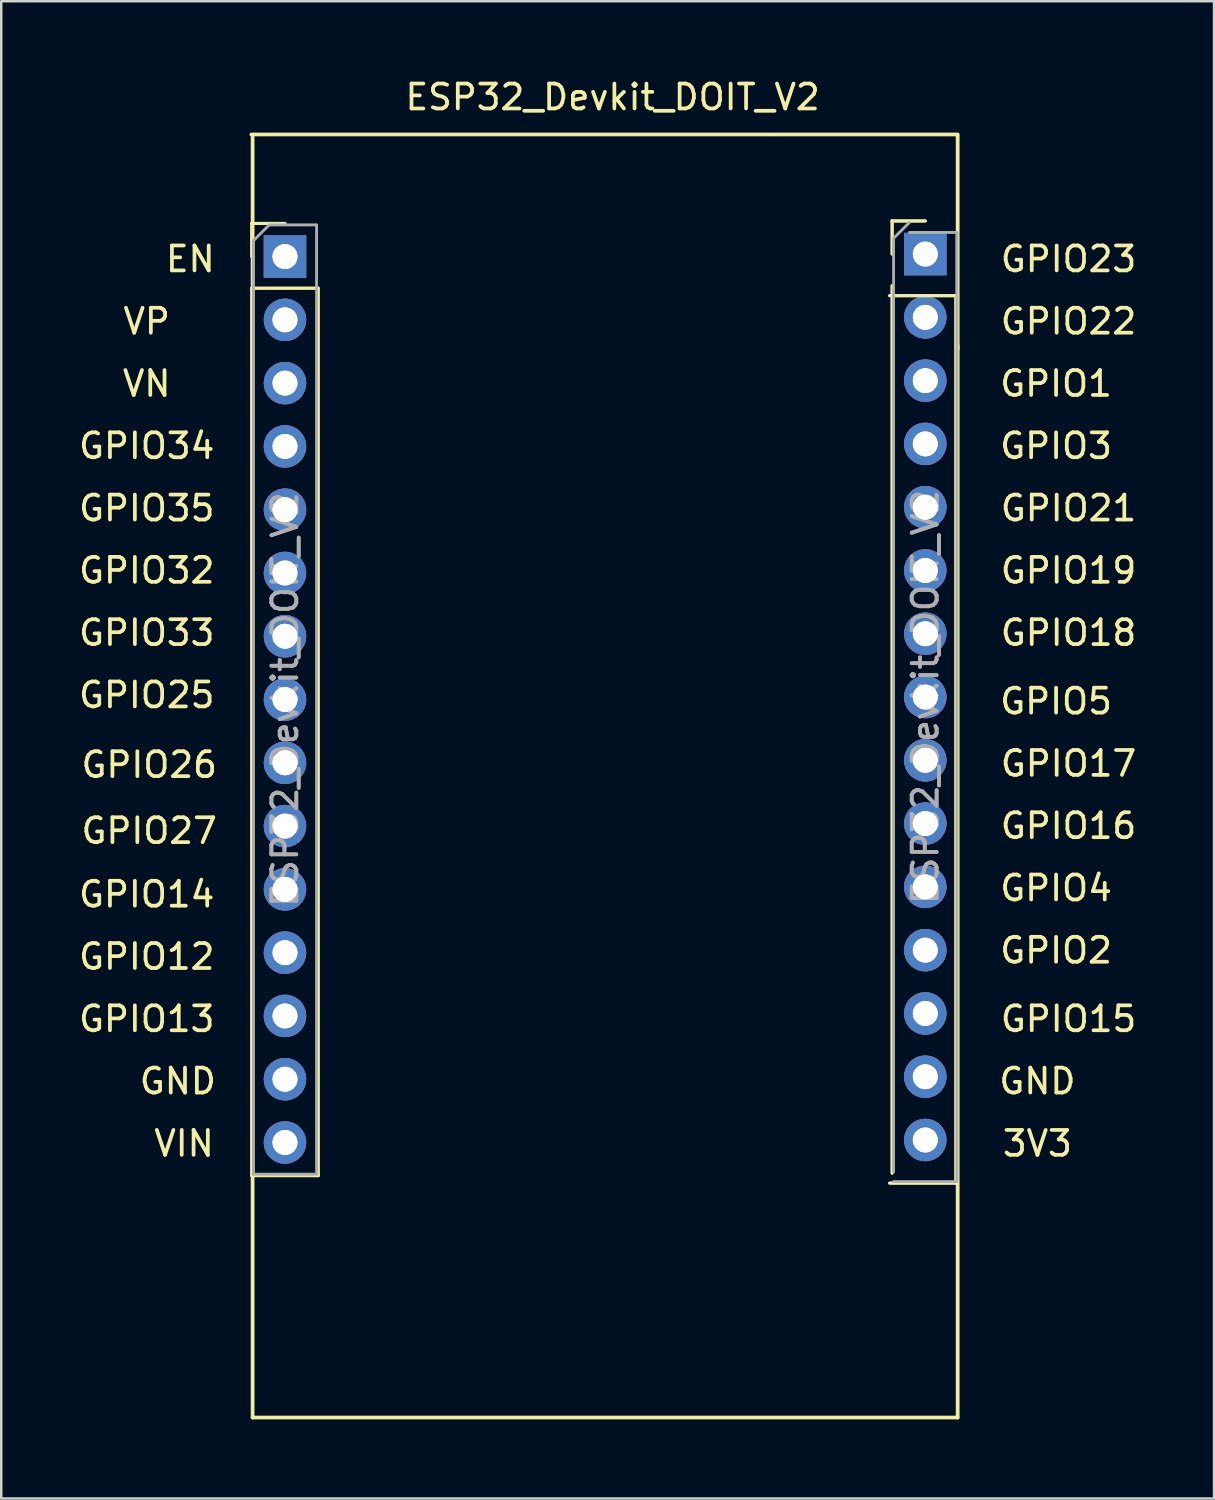
<source format=kicad_pcb>
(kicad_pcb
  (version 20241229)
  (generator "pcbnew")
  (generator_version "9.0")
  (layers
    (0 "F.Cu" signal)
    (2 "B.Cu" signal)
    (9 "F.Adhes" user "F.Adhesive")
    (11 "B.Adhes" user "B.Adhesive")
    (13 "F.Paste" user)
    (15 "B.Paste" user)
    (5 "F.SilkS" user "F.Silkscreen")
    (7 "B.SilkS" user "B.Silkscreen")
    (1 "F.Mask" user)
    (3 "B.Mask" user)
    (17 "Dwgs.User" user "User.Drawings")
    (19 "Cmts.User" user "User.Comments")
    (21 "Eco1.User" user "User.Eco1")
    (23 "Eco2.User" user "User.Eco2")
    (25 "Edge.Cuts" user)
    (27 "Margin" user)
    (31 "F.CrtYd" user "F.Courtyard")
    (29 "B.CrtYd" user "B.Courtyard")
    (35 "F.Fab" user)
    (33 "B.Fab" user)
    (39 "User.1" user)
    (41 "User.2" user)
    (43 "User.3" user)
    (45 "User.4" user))
  (footprint "ESP32_Devkit_DOIT_V2"
    (layer "F.Cu")
    (at 7.089 53.848)
    (property "Reference" "ESP32_Devkit_DOIT_V2" (at 14.45 -53 0) (layer "F.SilkS") (effects (font (size 1 1) (thickness 0.15))))
    (attr through_hole)
    (fp_line (start -0.03 -47.93) (end 1.3 -47.93) (stroke (width 0.12) (type solid)) (layer "F.SilkS"))
    (fp_line (start -0.03 -47.93) (end 1.3 -47.93) (stroke (width 0.12) (type solid)) (layer "F.SilkS"))
    (fp_line (start -0.03 -46.6) (end -0.03 -47.93) (stroke (width 0.12) (type solid)) (layer "F.SilkS"))
    (fp_line (start -0.03 -46.6) (end -0.03 -47.93) (stroke (width 0.12) (type solid)) (layer "F.SilkS"))
    (fp_line (start -0.03 -45.33) (end -0.03 -9.71) (stroke (width 0.12) (type solid)) (layer "F.SilkS"))
    (fp_line (start -0.03 -45.33) (end -0.03 -9.71) (stroke (width 0.12) (type solid)) (layer "F.SilkS"))
    (fp_line (start -0.03 -45.33) (end 2.63 -45.33) (stroke (width 0.12) (type solid)) (layer "F.SilkS"))
    (fp_line (start -0.03 -45.33) (end 2.63 -45.33) (stroke (width 0.12) (type solid)) (layer "F.SilkS"))
    (fp_line (start -0.03 -9.71) (end 2.63 -9.71) (stroke (width 0.12) (type solid)) (layer "F.SilkS"))
    (fp_line (start -0.03 -9.71) (end 2.63 -9.71) (stroke (width 0.12) (type solid)) (layer "F.SilkS"))
    (fp_line (start 0 -51.4) (end 0 0) (stroke (width 0.15) (type solid)) (layer "F.SilkS"))
    (fp_line (start 0 0) (end 28.3 0) (stroke (width 0.15) (type solid)) (layer "F.SilkS"))
    (fp_line (start 2.63 -45.33) (end 2.63 -9.71) (stroke (width 0.12) (type solid)) (layer "F.SilkS"))
    (fp_line (start 2.63 -45.33) (end 2.63 -9.71) (stroke (width 0.12) (type solid)) (layer "F.SilkS"))
    (fp_line (start 25.57 -45.03) (end 28.23 -45.03) (stroke (width 0.12) (type solid)) (layer "F.SilkS"))
    (fp_line (start 25.57 -45.03) (end 28.23 -45.03) (stroke (width 0.12) (type solid)) (layer "F.SilkS"))
    (fp_line (start 25.57 -9.41) (end 28.23 -9.41) (stroke (width 0.12) (type solid)) (layer "F.SilkS"))
    (fp_line (start 25.57 -9.41) (end 28.23 -9.41) (stroke (width 0.12) (type solid)) (layer "F.SilkS"))
    (fp_line (start 25.67 -48.03) (end 27 -48.03) (stroke (width 0.12) (type solid)) (layer "F.SilkS"))
    (fp_line (start 25.67 -48.03) (end 27 -48.03) (stroke (width 0.12) (type solid)) (layer "F.SilkS"))
    (fp_line (start 25.67 -46.7) (end 25.67 -48.03) (stroke (width 0.12) (type solid)) (layer "F.SilkS"))
    (fp_line (start 25.67 -46.7) (end 25.67 -48.03) (stroke (width 0.12) (type solid)) (layer "F.SilkS"))
    (fp_line (start 25.67 -45.43) (end 25.67 -9.81) (stroke (width 0.12) (type solid)) (layer "F.SilkS"))
    (fp_line (start 25.67 -45.43) (end 25.67 -9.81) (stroke (width 0.12) (type solid)) (layer "F.SilkS"))
    (fp_line (start 28.23 -45.03) (end 28.23 -9.41) (stroke (width 0.12) (type solid)) (layer "F.SilkS"))
    (fp_line (start 28.23 -45.03) (end 28.23 -9.41) (stroke (width 0.12) (type solid)) (layer "F.SilkS"))
    (fp_line (start 28.3 -51.5) (end -0.05 -51.5) (stroke (width 0.15) (type solid)) (layer "F.SilkS"))
    (fp_line (start 28.3 -42.9) (end 28.3 -51.45) (stroke (width 0.15) (type solid)) (layer "F.SilkS"))
    (fp_line (start 28.3 0) (end 28.3 -43) (stroke (width 0.15) (type solid)) (layer "F.SilkS"))
    (fp_line (start 0.03 -47.235) (end 0.665 -47.87) (stroke (width 0.1) (type solid)) (layer "F.Fab"))
    (fp_line (start 0.03 -47.235) (end 0.665 -47.87) (stroke (width 0.1) (type solid)) (layer "F.Fab"))
    (fp_line (start 0.03 -9.77) (end 0.03 -47.235) (stroke (width 0.1) (type solid)) (layer "F.Fab"))
    (fp_line (start 0.03 -9.77) (end 0.03 -47.235) (stroke (width 0.1) (type solid)) (layer "F.Fab"))
    (fp_line (start 0.665 -47.87) (end 2.57 -47.87) (stroke (width 0.1) (type solid)) (layer "F.Fab"))
    (fp_line (start 0.665 -47.87) (end 2.57 -47.87) (stroke (width 0.1) (type solid)) (layer "F.Fab"))
    (fp_line (start 2.57 -47.87) (end 2.57 -9.77) (stroke (width 0.1) (type solid)) (layer "F.Fab"))
    (fp_line (start 2.57 -47.87) (end 2.57 -9.77) (stroke (width 0.1) (type solid)) (layer "F.Fab"))
    (fp_line (start 2.57 -9.77) (end 0.03 -9.77) (stroke (width 0.1) (type solid)) (layer "F.Fab"))
    (fp_line (start 2.57 -9.77) (end 0.03 -9.77) (stroke (width 0.1) (type solid)) (layer "F.Fab"))
    (fp_line (start 25.73 -47.335) (end 26.365 -47.97) (stroke (width 0.1) (type solid)) (layer "F.Fab"))
    (fp_line (start 25.73 -47.335) (end 26.365 -47.97) (stroke (width 0.1) (type solid)) (layer "F.Fab"))
    (fp_line (start 25.73 -9.87) (end 25.73 -47.335) (stroke (width 0.1) (type solid)) (layer "F.Fab"))
    (fp_line (start 25.73 -9.87) (end 25.73 -47.335) (stroke (width 0.1) (type solid)) (layer "F.Fab"))
    (fp_line (start 26.365 -47.57) (end 28.27 -47.57) (stroke (width 0.1) (type solid)) (layer "F.Fab"))
    (fp_line (start 26.365 -47.57) (end 28.27 -47.57) (stroke (width 0.1) (type solid)) (layer "F.Fab"))
    (fp_line (start 28.27 -47.57) (end 28.27 -9.47) (stroke (width 0.1) (type solid)) (layer "F.Fab"))
    (fp_line (start 28.27 -47.57) (end 28.27 -9.47) (stroke (width 0.1) (type solid)) (layer "F.Fab"))
    (fp_line (start 28.27 -9.47) (end 25.73 -9.47) (stroke (width 0.1) (type solid)) (layer "F.Fab"))
    (fp_line (start 28.27 -9.47) (end 25.73 -9.47) (stroke (width 0.1) (type solid)) (layer "F.Fab"))
    (fp_text user "VP" (at -4.25 -44 0) (layer "F.SilkS") (effects (font (size 1 1) (thickness 0.15))))
    (fp_text user "GPIO25" (at -4.25 -29 0) (layer "F.SilkS") (effects (font (size 1 1) (thickness 0.15))))
    (fp_text user "GPIO13" (at -4.25 -16 0) (layer "F.SilkS") (effects (font (size 1 1) (thickness 0.15))))
    (fp_text user "GPIO3" (at 32.25 -39 0) (layer "F.SilkS") (effects (font (size 1 1) (thickness 0.15))))
    (fp_text user "GPIO2" (at 32.25 -18.75 0) (layer "F.SilkS") (effects (font (size 1 1) (thickness 0.15))))
    (fp_text user "GPIO27" (at -4.15 -23.55 0) (layer "F.SilkS") (effects (font (size 1 1) (thickness 0.15))))
    (fp_text user "3V3" (at 31.5 -11 0) (layer "F.SilkS") (effects (font (size 1 1) (thickness 0.15))))
    (fp_text user "GPIO19" (at 32.75 -34 0) (layer "F.SilkS") (effects (font (size 1 1) (thickness 0.15))))
    (fp_text user "GPIO23" (at 32.75 -46.5 0) (layer "F.SilkS") (effects (font (size 1 1) (thickness 0.15))))
    (fp_text user "GND" (at 31.5 -13.5 0) (layer "F.SilkS") (effects (font (size 1 1) (thickness 0.15))))
    (fp_text user "GPIO33" (at -4.25 -31.5 0) (layer "F.SilkS") (effects (font (size 1 1) (thickness 0.15))))
    (fp_text user "GND" (at -3 -13.5 0) (layer "F.SilkS") (effects (font (size 1 1) (thickness 0.15))))
    (fp_text user "GPIO34" (at -4.25 -39 0) (layer "F.SilkS") (effects (font (size 1 1) (thickness 0.15))))
    (fp_text user "GPIO18" (at 32.75 -31.5 0) (layer "F.SilkS") (effects (font (size 1 1) (thickness 0.15))))
    (fp_text user "GPIO32" (at -4.25 -34 0) (layer "F.SilkS") (effects (font (size 1 1) (thickness 0.15))))
    (fp_text user "GPIO1" (at 32.25 -41.5 0) (layer "F.SilkS") (effects (font (size 1 1) (thickness 0.15))))
    (fp_text user "VIN" (at -2.75 -11 0) (layer "F.SilkS") (effects (font (size 1 1) (thickness 0.15))))
    (fp_text user "GPIO4" (at 32.25 -21.25 0) (layer "F.SilkS") (effects (font (size 1 1) (thickness 0.15))))
    (fp_text user "GPIO22" (at 32.75 -44 0) (layer "F.SilkS") (effects (font (size 1 1) (thickness 0.15))))
    (fp_text user "GPIO17" (at 32.75 -26.25 0) (layer "F.SilkS") (effects (font (size 1 1) (thickness 0.15))))
    (fp_text user "VN" (at -4.25 -41.5 0) (layer "F.SilkS") (effects (font (size 1 1) (thickness 0.15))))
    (fp_text user "GPIO14" (at -4.25 -21 0) (layer "F.SilkS") (effects (font (size 1 1) (thickness 0.15))))
    (fp_text user "GPIO21" (at 32.75 -36.5 0) (layer "F.SilkS") (effects (font (size 1 1) (thickness 0.15))))
    (fp_text user "GPIO26" (at -4.15 -26.2 0) (layer "F.SilkS") (effects (font (size 1 1) (thickness 0.15))))
    (fp_text user "GPIO12" (at -4.25 -18.5 0) (layer "F.SilkS") (effects (font (size 1 1) (thickness 0.15))))
    (fp_text user "GPIO35" (at -4.25 -36.5 0) (layer "F.SilkS") (effects (font (size 1 1) (thickness 0.15))))
    (fp_text user "GPIO5" (at 32.25 -28.75 0) (layer "F.SilkS") (effects (font (size 1 1) (thickness 0.15))))
    (fp_text user "GPIO15" (at 32.75 -16 0) (layer "F.SilkS") (effects (font (size 1 1) (thickness 0.15))))
    (fp_text user "GPIO16" (at 32.75 -23.75 0) (layer "F.SilkS") (effects (font (size 1 1) (thickness 0.15))))
    (fp_text user "EN" (at -2.5 -46.5 0) (layer "F.SilkS") (effects (font (size 1 1) (thickness 0.15))))
    (fp_text user "${REFERENCE}" (at 27 -28.92 90) (layer "F.Fab") (effects (font (size 1 1) (thickness 0.15))))
    (fp_text user "${REFERENCE}" (at 1.3 -28.82 90) (layer "F.Fab") (effects (font (size 1 1) (thickness 0.15))))
    (fp_text user "${REFERENCE}" (at 27 -28.92 90) (layer "F.Fab") (effects (font (size 1 1) (thickness 0.15))))
    (fp_text user "${REFERENCE}" (at 1.3 -28.82 90) (layer "F.Fab") (effects (font (size 1 1) (thickness 0.15))))
    (pad "1" thru_hole rect (at 1.3 -46.6) (size 1.7 1.7) (drill 1) (layers "*.Cu" "*.Mask"))
    (pad "1" thru_hole rect (at 1.3 -46.6) (size 1.7 1.7) (drill 1) (layers "*.Cu" "*.Mask"))
    (pad "2" thru_hole oval (at 1.3 -44.06) (size 1.7 1.7) (drill 1) (layers "*.Cu" "*.Mask"))
    (pad "2" thru_hole oval (at 1.3 -44.06) (size 1.7 1.7) (drill 1) (layers "*.Cu" "*.Mask"))
    (pad "3" thru_hole oval (at 1.3 -41.52) (size 1.7 1.7) (drill 1) (layers "*.Cu" "*.Mask"))
    (pad "3" thru_hole oval (at 1.3 -41.52) (size 1.7 1.7) (drill 1) (layers "*.Cu" "*.Mask"))
    (pad "4" thru_hole oval (at 1.3 -38.98) (size 1.7 1.7) (drill 1) (layers "*.Cu" "*.Mask"))
    (pad "4" thru_hole oval (at 1.3 -38.98) (size 1.7 1.7) (drill 1) (layers "*.Cu" "*.Mask"))
    (pad "5" thru_hole oval (at 1.3 -36.44) (size 1.7 1.7) (drill 1) (layers "*.Cu" "*.Mask"))
    (pad "5" thru_hole oval (at 1.3 -36.44) (size 1.7 1.7) (drill 1) (layers "*.Cu" "*.Mask"))
    (pad "6" thru_hole oval (at 1.3 -33.9) (size 1.7 1.7) (drill 1) (layers "*.Cu" "*.Mask"))
    (pad "6" thru_hole oval (at 1.3 -33.9) (size 1.7 1.7) (drill 1) (layers "*.Cu" "*.Mask"))
    (pad "7" thru_hole oval (at 1.3 -31.36) (size 1.7 1.7) (drill 1) (layers "*.Cu" "*.Mask"))
    (pad "7" thru_hole oval (at 1.3 -31.36) (size 1.7 1.7) (drill 1) (layers "*.Cu" "*.Mask"))
    (pad "8" thru_hole oval (at 1.3 -28.82) (size 1.7 1.7) (drill 1) (layers "*.Cu" "*.Mask"))
    (pad "8" thru_hole oval (at 1.3 -28.82) (size 1.7 1.7) (drill 1) (layers "*.Cu" "*.Mask"))
    (pad "9" thru_hole oval (at 1.3 -26.28) (size 1.7 1.7) (drill 1) (layers "*.Cu" "*.Mask"))
    (pad "9" thru_hole oval (at 1.3 -26.28) (size 1.7 1.7) (drill 1) (layers "*.Cu" "*.Mask"))
    (pad "10" thru_hole oval (at 1.3 -23.74) (size 1.7 1.7) (drill 1) (layers "*.Cu" "*.Mask"))
    (pad "10" thru_hole oval (at 1.3 -23.74) (size 1.7 1.7) (drill 1) (layers "*.Cu" "*.Mask"))
    (pad "11" thru_hole oval (at 1.3 -21.2) (size 1.7 1.7) (drill 1) (layers "*.Cu" "*.Mask"))
    (pad "11" thru_hole oval (at 1.3 -21.2) (size 1.7 1.7) (drill 1) (layers "*.Cu" "*.Mask"))
    (pad "12" thru_hole oval (at 1.3 -18.66) (size 1.7 1.7) (drill 1) (layers "*.Cu" "*.Mask"))
    (pad "12" thru_hole oval (at 1.3 -18.66) (size 1.7 1.7) (drill 1) (layers "*.Cu" "*.Mask"))
    (pad "13" thru_hole oval (at 1.3 -16.12) (size 1.7 1.7) (drill 1) (layers "*.Cu" "*.Mask"))
    (pad "13" thru_hole oval (at 1.3 -16.12) (size 1.7 1.7) (drill 1) (layers "*.Cu" "*.Mask"))
    (pad "14" thru_hole oval (at 1.3 -13.58) (size 1.7 1.7) (drill 1) (layers "*.Cu" "*.Mask"))
    (pad "14" thru_hole oval (at 1.3 -13.58) (size 1.7 1.7) (drill 1) (layers "*.Cu" "*.Mask"))
    (pad "15" thru_hole oval (at 1.3 -11.04) (size 1.7 1.7) (drill 1) (layers "*.Cu" "*.Mask"))
    (pad "15" thru_hole oval (at 1.3 -11.04) (size 1.7 1.7) (drill 1) (layers "*.Cu" "*.Mask"))
    (pad "16" thru_hole oval (at 27 -11.14) (size 1.7 1.7) (drill 1) (layers "*.Cu" "*.Mask"))
    (pad "16" thru_hole oval (at 27 -11.14) (size 1.7 1.7) (drill 1) (layers "*.Cu" "*.Mask"))
    (pad "17" thru_hole oval (at 27 -13.68) (size 1.7 1.7) (drill 1) (layers "*.Cu" "*.Mask"))
    (pad "17" thru_hole oval (at 27 -13.68) (size 1.7 1.7) (drill 1) (layers "*.Cu" "*.Mask"))
    (pad "18" thru_hole oval (at 27 -16.22) (size 1.7 1.7) (drill 1) (layers "*.Cu" "*.Mask"))
    (pad "18" thru_hole oval (at 27 -16.22) (size 1.7 1.7) (drill 1) (layers "*.Cu" "*.Mask"))
    (pad "19" thru_hole oval (at 27 -18.76) (size 1.7 1.7) (drill 1) (layers "*.Cu" "*.Mask"))
    (pad "19" thru_hole oval (at 27 -18.76) (size 1.7 1.7) (drill 1) (layers "*.Cu" "*.Mask"))
    (pad "20" thru_hole oval (at 27 -21.3) (size 1.7 1.7) (drill 1) (layers "*.Cu" "*.Mask"))
    (pad "20" thru_hole oval (at 27 -21.3) (size 1.7 1.7) (drill 1) (layers "*.Cu" "*.Mask"))
    (pad "21" thru_hole oval (at 27 -23.84) (size 1.7 1.7) (drill 1) (layers "*.Cu" "*.Mask"))
    (pad "21" thru_hole oval (at 27 -23.84) (size 1.7 1.7) (drill 1) (layers "*.Cu" "*.Mask"))
    (pad "22" thru_hole oval (at 27 -26.38) (size 1.7 1.7) (drill 1) (layers "*.Cu" "*.Mask"))
    (pad "22" thru_hole oval (at 27 -26.38) (size 1.7 1.7) (drill 1) (layers "*.Cu" "*.Mask"))
    (pad "23" thru_hole oval (at 27 -28.92) (size 1.7 1.7) (drill 1) (layers "*.Cu" "*.Mask"))
    (pad "23" thru_hole oval (at 27 -28.92) (size 1.7 1.7) (drill 1) (layers "*.Cu" "*.Mask"))
    (pad "24" thru_hole oval (at 27 -31.46) (size 1.7 1.7) (drill 1) (layers "*.Cu" "*.Mask"))
    (pad "24" thru_hole oval (at 27 -31.46) (size 1.7 1.7) (drill 1) (layers "*.Cu" "*.Mask"))
    (pad "25" thru_hole oval (at 27 -34) (size 1.7 1.7) (drill 1) (layers "*.Cu" "*.Mask"))
    (pad "25" thru_hole oval (at 27 -34) (size 1.7 1.7) (drill 1) (layers "*.Cu" "*.Mask"))
    (pad "26" thru_hole oval (at 27 -36.54) (size 1.7 1.7) (drill 1) (layers "*.Cu" "*.Mask"))
    (pad "26" thru_hole oval (at 27 -36.54) (size 1.7 1.7) (drill 1) (layers "*.Cu" "*.Mask"))
    (pad "27" thru_hole oval (at 27 -39.08) (size 1.7 1.7) (drill 1) (layers "*.Cu" "*.Mask"))
    (pad "27" thru_hole oval (at 27 -39.08) (size 1.7 1.7) (drill 1) (layers "*.Cu" "*.Mask"))
    (pad "28" thru_hole oval (at 27 -41.62) (size 1.7 1.7) (drill 1) (layers "*.Cu" "*.Mask"))
    (pad "28" thru_hole oval (at 27 -41.62) (size 1.7 1.7) (drill 1) (layers "*.Cu" "*.Mask"))
    (pad "29" thru_hole oval (at 27 -44.16) (size 1.7 1.7) (drill 1) (layers "*.Cu" "*.Mask"))
    (pad "29" thru_hole oval (at 27 -44.16) (size 1.7 1.7) (drill 1) (layers "*.Cu" "*.Mask"))
    (pad "30" thru_hole rect (at 27 -46.7) (size 1.7 1.7) (drill 1) (layers "*.Cu" "*.Mask"))
    (pad "30" thru_hole rect (at 27 -46.7) (size 1.7 1.7) (drill 1) (layers "*.Cu" "*.Mask")))
  (gr_rect
    (start -3 -3)
    (end 45.679 57.098)
    (stroke (width 0.1) (type default))
    (fill no)
    (layer "Edge.Cuts")))
</source>
